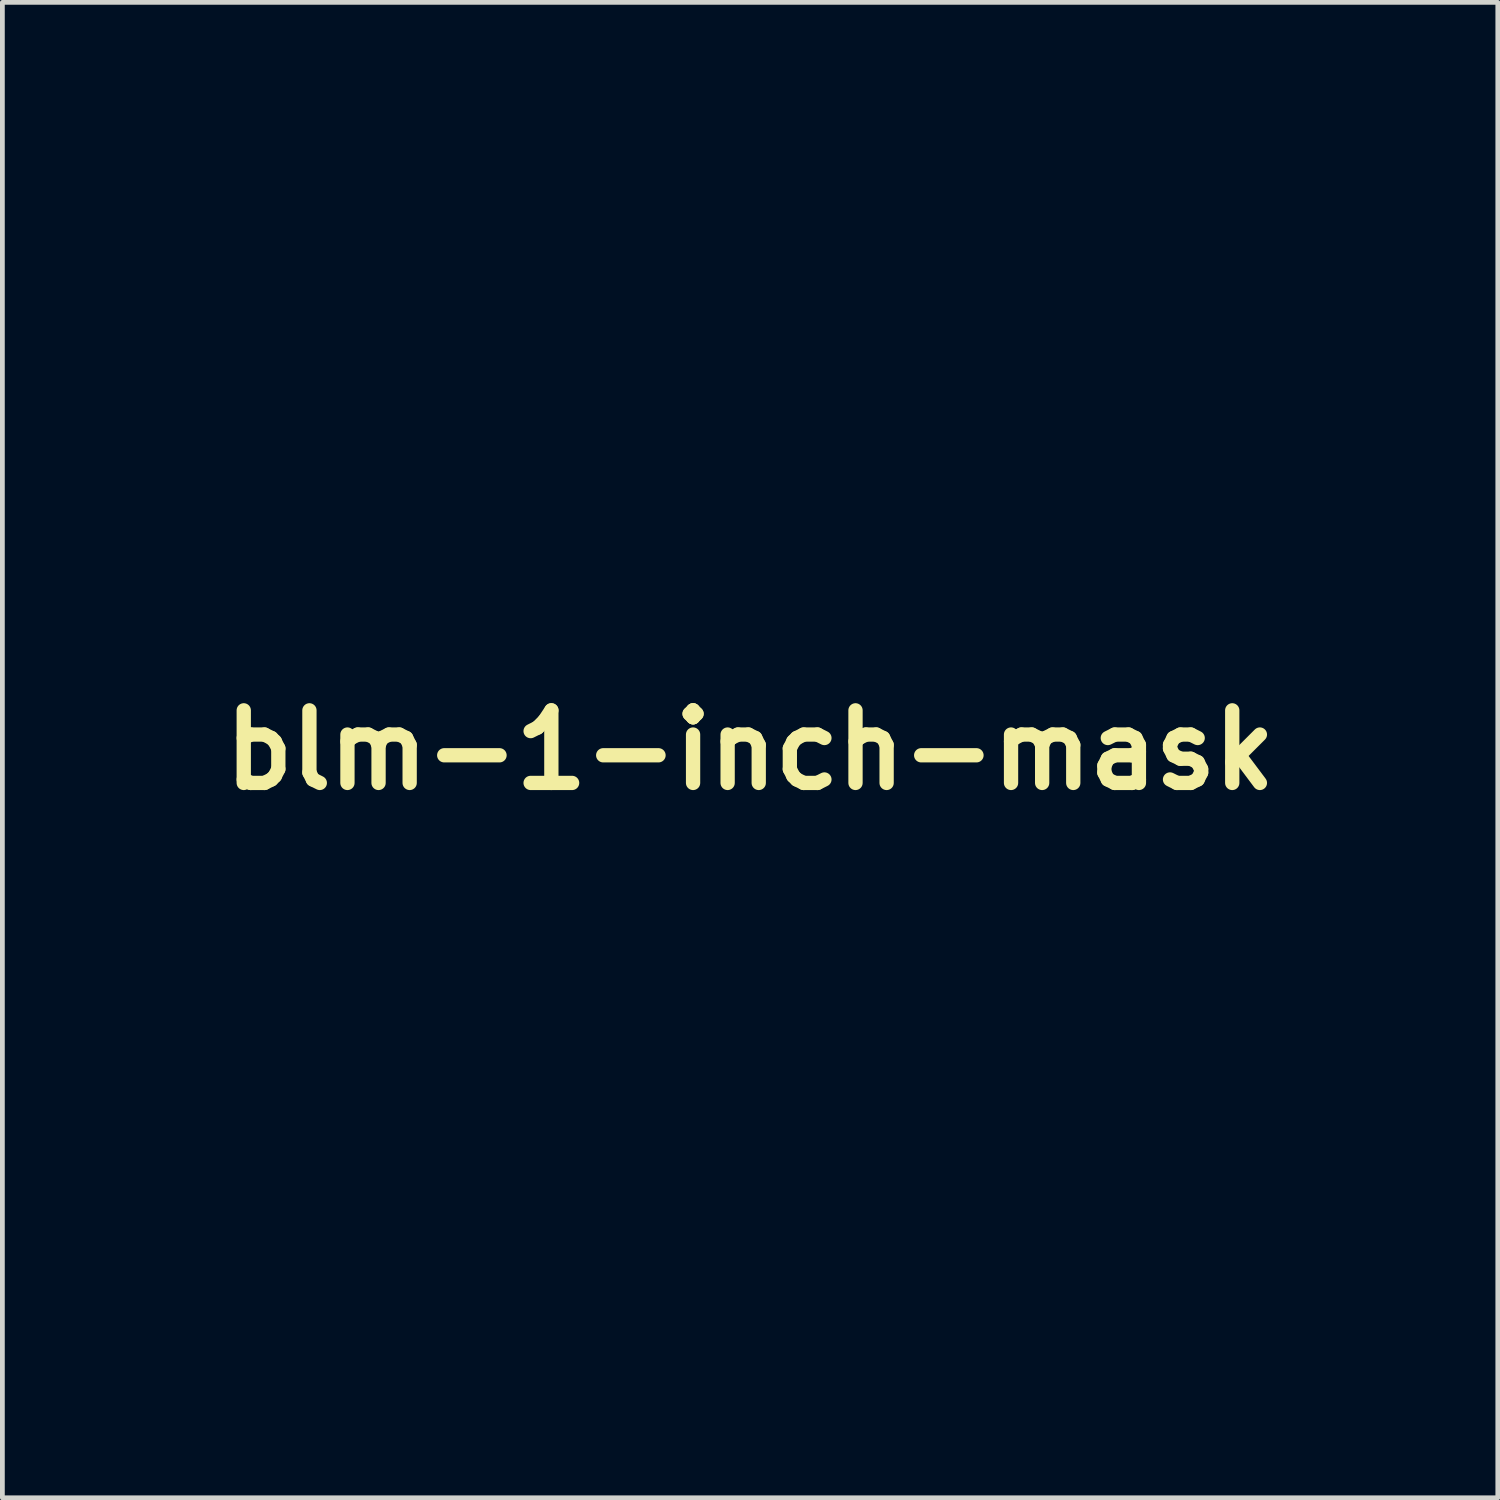
<source format=kicad_pcb>
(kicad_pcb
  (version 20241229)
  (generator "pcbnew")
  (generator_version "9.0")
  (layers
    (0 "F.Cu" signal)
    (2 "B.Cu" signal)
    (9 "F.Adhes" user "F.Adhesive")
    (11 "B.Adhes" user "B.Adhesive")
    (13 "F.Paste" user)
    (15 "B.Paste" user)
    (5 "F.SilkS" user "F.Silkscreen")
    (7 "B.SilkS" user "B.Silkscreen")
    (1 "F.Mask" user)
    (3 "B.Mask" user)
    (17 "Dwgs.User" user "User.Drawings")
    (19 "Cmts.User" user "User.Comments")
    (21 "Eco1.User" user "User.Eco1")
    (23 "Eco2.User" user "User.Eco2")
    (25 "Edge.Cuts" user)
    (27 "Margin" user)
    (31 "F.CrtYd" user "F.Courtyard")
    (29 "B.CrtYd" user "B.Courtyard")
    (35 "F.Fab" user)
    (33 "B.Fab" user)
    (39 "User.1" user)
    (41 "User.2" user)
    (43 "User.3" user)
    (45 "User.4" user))
  (footprint "blm-1-inch-mask"
    (layer "F.Cu")
    (at 12.7 12.7)
    (property "Reference" "blm-1-inch-mask" (at 0 0 0) (layer "F.SilkS") (effects (font (size 1.524 1.524) (thickness 0.3))))
    (attr through_hole)
    (fp_poly (pts (xy -4.575 6.544) (xy -4.566 6.6) (xy -4.553 6.69) (xy -4.535 6.815) (xy -4.514 6.976) (xy -4.489 7.174) (xy -4.46 7.408) (xy -4.427 7.68) (xy -4.39 7.99) (xy -4.348 8.338) (xy -4.307 8.688) (xy -4.293 8.81) (xy -4.282 8.926) (xy -4.273 9.027) (xy -4.268 9.105) (xy -4.266 9.14) (xy -4.266 9.247) (xy -4.907 9.247) (xy -4.896 9.074) (xy -4.892 9.025) (xy -4.883 8.942) (xy -4.871 8.829) (xy -4.856 8.689) (xy -4.838 8.528) (xy -4.818 8.35) (xy -4.796 8.159) (xy -4.774 7.961) (xy -4.75 7.759) (xy -4.727 7.558) (xy -4.704 7.362) (xy -4.682 7.176) (xy -4.661 7.004) (xy -4.642 6.852) (xy -4.626 6.722) (xy -4.622 6.691) (xy -4.61 6.613) (xy -4.598 6.555) (xy -4.586 6.525) (xy -4.581 6.523)) (stroke (width 0) (type solid)) (fill yes) (layer "F.Mask"))
    (fp_poly (pts (xy 7.78 6.35) (xy 7.887 6.354) (xy 7.995 6.361) (xy 8.094 6.37) (xy 8.177 6.38) (xy 8.233 6.391) (xy 8.248 6.396) (xy 8.319 6.447) (xy 8.387 6.518) (xy 8.433 6.586) (xy 8.441 6.621) (xy 8.449 6.689) (xy 8.455 6.785) (xy 8.461 6.902) (xy 8.465 7.034) (xy 8.468 7.174) (xy 8.47 7.316) (xy 8.47 7.454) (xy 8.469 7.582) (xy 8.466 7.694) (xy 8.461 7.783) (xy 8.457 7.827) (xy 8.438 7.932) (xy 8.41 8.01) (xy 8.367 8.071) (xy 8.301 8.126) (xy 8.283 8.139) (xy 8.245 8.163) (xy 8.206 8.179) (xy 8.158 8.189) (xy 8.091 8.195) (xy 7.994 8.199) (xy 7.987 8.199) (xy 7.88 8.201) (xy 7.772 8.202) (xy 7.677 8.201) (xy 7.635 8.2) (xy 7.501 8.194) (xy 7.501 6.371) (xy 7.554 6.357) (xy 7.604 6.351) (xy 7.682 6.349)) (stroke (width 0) (type solid)) (fill yes) (layer "F.Mask"))
    (fp_poly (pts (xy -9.538 -8.086) (xy -9.444 -8.085) (xy -9.377 -8.082) (xy -9.329 -8.076) (xy -9.293 -8.067) (xy -9.263 -8.054) (xy -9.238 -8.04) (xy -9.187 -8.008) (xy -9.147 -7.975) (xy -9.115 -7.937) (xy -9.091 -7.889) (xy -9.074 -7.825) (xy -9.063 -7.743) (xy -9.056 -7.636) (xy -9.052 -7.501) (xy -9.05 -7.332) (xy -9.05 -7.267) (xy -9.05 -7.099) (xy -9.051 -6.966) (xy -9.054 -6.863) (xy -9.06 -6.783) (xy -9.069 -6.723) (xy -9.083 -6.676) (xy -9.102 -6.638) (xy -9.128 -6.604) (xy -9.16 -6.567) (xy -9.164 -6.563) (xy -9.213 -6.522) (xy -9.277 -6.491) (xy -9.36 -6.47) (xy -9.468 -6.456) (xy -9.608 -6.45) (xy -9.706 -6.449) (xy -9.999 -6.449) (xy -10.011 -6.534) (xy -10.013 -6.572) (xy -10.016 -6.646) (xy -10.017 -6.749) (xy -10.018 -6.877) (xy -10.018 -7.024) (xy -10.018 -7.185) (xy -10.017 -7.352) (xy -10.011 -8.086) (xy -9.664 -8.086)) (stroke (width 0) (type solid)) (fill yes) (layer "F.Mask"))
    (fp_poly (pts (xy -9.718 -10.576) (xy -9.605 -10.574) (xy -9.499 -10.571) (xy -9.409 -10.566) (xy -9.345 -10.561) (xy -9.33 -10.558) (xy -9.246 -10.526) (xy -9.166 -10.466) (xy -9.102 -10.391) (xy -9.068 -10.319) (xy -9.062 -10.277) (xy -9.058 -10.202) (xy -9.054 -10.102) (xy -9.051 -9.982) (xy -9.05 -9.851) (xy -9.05 -9.715) (xy -9.051 -9.581) (xy -9.053 -9.456) (xy -9.056 -9.348) (xy -9.061 -9.262) (xy -9.066 -9.206) (xy -9.068 -9.198) (xy -9.104 -9.118) (xy -9.169 -9.044) (xy -9.253 -8.985) (xy -9.335 -8.952) (xy -9.388 -8.944) (xy -9.469 -8.937) (xy -9.571 -8.932) (xy -9.681 -8.93) (xy -9.71 -8.93) (xy -9.822 -8.93) (xy -9.9 -8.931) (xy -9.952 -8.935) (xy -9.982 -8.941) (xy -9.998 -8.951) (xy -10.006 -8.966) (xy -10.009 -8.974) (xy -10.011 -9.004) (xy -10.014 -9.068) (xy -10.016 -9.163) (xy -10.018 -9.284) (xy -10.019 -9.426) (xy -10.02 -9.585) (xy -10.021 -9.757) (xy -10.021 -9.798) (xy -10.021 -10.577)) (stroke (width 0) (type solid)) (fill yes) (layer "F.Mask"))
    (fp_poly (pts (xy -6.514 -0.253) (xy -6.509 2.639) (xy -6.943 2.639) (xy -7.087 2.639) (xy -7.196 2.638) (xy -7.276 2.635) (xy -7.33 2.632) (xy -7.364 2.626) (xy -7.382 2.618) (xy -7.39 2.608) (xy -7.392 2.583) (xy -7.394 2.521) (xy -7.395 2.426) (xy -7.397 2.298) (xy -7.398 2.143) (xy -7.399 1.961) (xy -7.4 1.756) (xy -7.401 1.531) (xy -7.401 1.288) (xy -7.402 1.029) (xy -7.402 0.759) (xy -7.402 0.479) (xy -7.402 0.192) (xy -7.402 -0.1) (xy -7.401 -0.392) (xy -7.401 -0.683) (xy -7.4 -0.971) (xy -7.399 -1.251) (xy -7.398 -1.522) (xy -7.397 -1.781) (xy -7.396 -2.025) (xy -7.395 -2.252) (xy -7.393 -2.458) (xy -7.392 -2.641) (xy -7.39 -2.798) (xy -7.388 -2.927) (xy -7.387 -3.024) (xy -7.385 -3.088) (xy -7.383 -3.115) (xy -7.382 -3.115) (xy -7.37 -3.126) (xy -7.346 -3.133) (xy -7.303 -3.139) (xy -7.239 -3.142) (xy -7.147 -3.144) (xy -7.022 -3.145) (xy -6.941 -3.145) (xy -6.519 -3.145)) (stroke (width 0) (type solid)) (fill yes) (layer "F.Mask"))
    (fp_poly (pts (xy -0.953 -2.302) (xy -2.262 -2.302) (xy -2.262 -0.675) (xy -1.171 -0.675) (xy -1.171 0.179) (xy -2.286 0.179) (xy -2.279 0.971) (xy -2.277 1.144) (xy -2.275 1.306) (xy -2.272 1.451) (xy -2.268 1.574) (xy -2.264 1.673) (xy -2.261 1.741) (xy -2.257 1.776) (xy -2.256 1.779) (xy -2.232 1.784) (xy -2.174 1.788) (xy -2.086 1.793) (xy -1.974 1.797) (xy -1.84 1.801) (xy -1.692 1.804) (xy -1.611 1.806) (xy -0.982 1.816) (xy -0.977 2.227) (xy -0.972 2.639) (xy -2.052 2.639) (xy -2.256 2.639) (xy -2.447 2.638) (xy -2.622 2.637) (xy -2.778 2.635) (xy -2.911 2.633) (xy -3.017 2.631) (xy -3.093 2.629) (xy -3.135 2.626) (xy -3.142 2.624) (xy -3.143 2.603) (xy -3.144 2.544) (xy -3.146 2.45) (xy -3.147 2.324) (xy -3.149 2.166) (xy -3.151 1.979) (xy -3.153 1.767) (xy -3.155 1.53) (xy -3.157 1.271) (xy -3.158 0.993) (xy -3.16 0.697) (xy -3.162 0.386) (xy -3.164 0.062) (xy -3.166 -0.263) (xy -3.18 -3.135) (xy -0.953 -3.135)) (stroke (width 0) (type solid)) (fill yes) (layer "F.Mask"))
    (fp_poly (pts (xy -3.395 -10.426) (xy -3.388 -10.401) (xy -3.38 -10.359) (xy -3.37 -10.297) (xy -3.358 -10.213) (xy -3.344 -10.106) (xy -3.327 -9.973) (xy -3.307 -9.812) (xy -3.284 -9.621) (xy -3.258 -9.399) (xy -3.228 -9.142) (xy -3.194 -8.848) (xy -3.175 -8.686) (xy -3.154 -8.504) (xy -3.134 -8.333) (xy -3.117 -8.176) (xy -3.102 -8.038) (xy -3.09 -7.924) (xy -3.081 -7.838) (xy -3.077 -7.785) (xy -3.076 -7.77) (xy -3.081 -7.724) (xy -3.103 -7.701) (xy -3.138 -7.692) (xy -3.189 -7.686) (xy -3.264 -7.682) (xy -3.354 -7.68) (xy -3.449 -7.68) (xy -3.542 -7.682) (xy -3.624 -7.685) (xy -3.685 -7.691) (xy -3.718 -7.697) (xy -3.721 -7.7) (xy -3.724 -7.727) (xy -3.723 -7.784) (xy -3.717 -7.86) (xy -3.712 -7.903) (xy -3.691 -8.085) (xy -3.668 -8.28) (xy -3.644 -8.486) (xy -3.619 -8.699) (xy -3.594 -8.914) (xy -3.569 -9.127) (xy -3.544 -9.336) (xy -3.521 -9.536) (xy -3.499 -9.723) (xy -3.478 -9.894) (xy -3.46 -10.044) (xy -3.445 -10.17) (xy -3.433 -10.268) (xy -3.425 -10.334) (xy -3.421 -10.365) (xy -3.416 -10.395) (xy -3.411 -10.418) (xy -3.406 -10.433) (xy -3.401 -10.436)) (stroke (width 0) (type solid)) (fill yes) (layer "F.Mask"))
    (fp_poly (pts (xy -9.165 -2.872) (xy -9.164 -2.817) (xy -9.164 -2.725) (xy -9.163 -2.599) (xy -9.162 -2.443) (xy -9.161 -2.258) (xy -9.159 -2.048) (xy -9.158 -1.817) (xy -9.157 -1.566) (xy -9.155 -1.299) (xy -9.153 -1.019) (xy -9.152 -0.728) (xy -9.15 -0.43) (xy -9.15 -0.407) (xy -9.138 1.796) (xy -8.493 1.808) (xy -8.337 1.81) (xy -8.195 1.813) (xy -8.07 1.816) (xy -7.968 1.818) (xy -7.894 1.82) (xy -7.851 1.822) (xy -7.843 1.822) (xy -7.842 1.842) (xy -7.84 1.896) (xy -7.839 1.977) (xy -7.839 2.08) (xy -7.838 2.198) (xy -7.838 2.22) (xy -7.838 2.614) (xy -7.96 2.626) (xy -8.005 2.629) (xy -8.084 2.631) (xy -8.194 2.634) (xy -8.331 2.635) (xy -8.489 2.637) (xy -8.665 2.638) (xy -8.853 2.639) (xy -9.049 2.639) (xy -10.016 2.639) (xy -10.028 2.595) (xy -10.03 2.569) (xy -10.032 2.506) (xy -10.033 2.41) (xy -10.034 2.282) (xy -10.035 2.125) (xy -10.036 1.942) (xy -10.037 1.736) (xy -10.038 1.51) (xy -10.039 1.266) (xy -10.039 1.007) (xy -10.04 0.737) (xy -10.04 0.456) (xy -10.04 0.169) (xy -10.04 -0.122) (xy -10.04 -0.413) (xy -10.04 -0.704) (xy -10.04 -0.99) (xy -10.04 -1.268) (xy -10.039 -1.537) (xy -10.039 -1.793) (xy -10.038 -2.034) (xy -10.037 -2.257) (xy -10.036 -2.458) (xy -10.035 -2.636) (xy -10.034 -2.788) (xy -10.033 -2.91) (xy -10.031 -3) (xy -10.03 -3.056) (xy -10.029 -3.073) (xy -10.016 -3.135) (xy -9.168 -3.135)) (stroke (width 0) (type solid)) (fill yes) (layer "F.Mask"))
    (fp_poly (pts (xy -3.795 -3.147) (xy -3.67 -3.142) (xy -3.56 -3.136) (xy -3.469 -3.13) (xy -3.404 -3.124) (xy -3.371 -3.119) (xy -3.368 -3.118) (xy -3.365 -3.114) (xy -3.363 -3.109) (xy -3.361 -3.1) (xy -3.361 -3.084) (xy -3.362 -3.061) (xy -3.364 -3.028) (xy -3.368 -2.983) (xy -3.374 -2.924) (xy -3.382 -2.848) (xy -3.392 -2.755) (xy -3.405 -2.642) (xy -3.421 -2.507) (xy -3.44 -2.348) (xy -3.462 -2.163) (xy -3.488 -1.95) (xy -3.517 -1.707) (xy -3.551 -1.432) (xy -3.588 -1.123) (xy -3.63 -0.778) (xy -3.663 -0.506) (xy -3.7 -0.204) (xy -3.736 0.094) (xy -3.772 0.385) (xy -3.806 0.665) (xy -3.839 0.932) (xy -3.869 1.183) (xy -3.897 1.413) (xy -3.922 1.62) (xy -3.944 1.8) (xy -3.963 1.951) (xy -3.977 2.068) (xy -3.987 2.15) (xy -3.987 2.15) (xy -4.008 2.314) (xy -4.026 2.44) (xy -4.041 2.532) (xy -4.055 2.591) (xy -4.067 2.619) (xy -4.07 2.621) (xy -4.097 2.626) (xy -4.157 2.63) (xy -4.246 2.633) (xy -4.358 2.636) (xy -4.486 2.638) (xy -4.627 2.639) (xy -4.775 2.639) (xy -4.923 2.639) (xy -5.068 2.638) (xy -5.203 2.636) (xy -5.323 2.633) (xy -5.422 2.63) (xy -5.496 2.626) (xy -5.538 2.622) (xy -5.547 2.619) (xy -5.551 2.608) (xy -5.557 2.588) (xy -5.563 2.556) (xy -5.571 2.511) (xy -5.58 2.451) (xy -5.592 2.373) (xy -5.605 2.275) (xy -5.621 2.156) (xy -5.639 2.014) (xy -5.661 1.846) (xy -5.686 1.65) (xy -5.714 1.424) (xy -5.746 1.166) (xy -5.782 0.875) (xy -5.822 0.548) (xy -5.854 0.288) (xy -5.906 -0.138) (xy -5.954 -0.525) (xy -5.997 -0.877) (xy -6.036 -1.195) (xy -6.071 -1.48) (xy -6.102 -1.735) (xy -6.129 -1.961) (xy -6.153 -2.159) (xy -6.174 -2.333) (xy -6.192 -2.482) (xy -6.207 -2.61) (xy -6.219 -2.718) (xy -6.229 -2.807) (xy -6.237 -2.879) (xy -6.243 -2.937) (xy -6.247 -2.982) (xy -6.249 -3.015) (xy -6.251 -3.038) (xy -6.251 -3.048) (xy -6.248 -3.101) (xy -6.234 -3.128) (xy -6.2 -3.14) (xy -6.189 -3.143) (xy -6.14 -3.148) (xy -6.062 -3.151) (xy -5.962 -3.153) (xy -5.851 -3.153) (xy -5.739 -3.151) (xy -5.633 -3.148) (xy -5.545 -3.144) (xy -5.487 -3.139) (xy -5.428 -3.129) (xy -5.397 -3.113) (xy -5.381 -3.084) (xy -5.373 -3.056) (xy -5.369 -3.026) (xy -5.36 -2.959) (xy -5.347 -2.86) (xy -5.331 -2.73) (xy -5.312 -2.573) (xy -5.29 -2.392) (xy -5.266 -2.19) (xy -5.24 -1.97) (xy -5.212 -1.735) (xy -5.183 -1.489) (xy -5.169 -1.369) (xy -5.123 -0.975) (xy -5.082 -0.618) (xy -5.044 -0.297) (xy -5.011 -0.009) (xy -4.981 0.246) (xy -4.954 0.472) (xy -4.931 0.669) (xy -4.911 0.841) (xy -4.893 0.988) (xy -4.878 1.112) (xy -4.866 1.216) (xy -4.855 1.301) (xy -4.846 1.37) (xy -4.839 1.424) (xy -4.834 1.465) (xy -4.829 1.494) (xy -4.825 1.515) (xy -4.822 1.528) (xy -4.819 1.535) (xy -4.817 1.54) (xy -4.815 1.542) (xy -4.813 1.543) (xy -4.795 1.547) (xy -4.794 1.546) (xy -4.791 1.526) (xy -4.783 1.468) (xy -4.771 1.377) (xy -4.756 1.253) (xy -4.737 1.099) (xy -4.715 0.919) (xy -4.691 0.713) (xy -4.664 0.486) (xy -4.634 0.238) (xy -4.603 -0.026) (xy -4.57 -0.306) (xy -4.535 -0.597) (xy -4.516 -0.757) (xy -4.481 -1.056) (xy -4.447 -1.344) (xy -4.414 -1.619) (xy -4.383 -1.879) (xy -4.354 -2.12) (xy -4.327 -2.342) (xy -4.302 -2.54) (xy -4.28 -2.713) (xy -4.262 -2.858) (xy -4.247 -2.972) (xy -4.235 -3.053) (xy -4.228 -3.098) (xy -4.226 -3.107) (xy -4.206 -3.161)) (stroke (width 0) (type solid)) (fill yes) (layer "F.Mask"))
    (fp_poly (pts (xy 0.923 -3.138) (xy 1.094 -3.125) (xy 1.248 -3.103) (xy 1.331 -3.085) (xy 1.522 -3.018) (xy 1.693 -2.92) (xy 1.838 -2.795) (xy 1.954 -2.647) (xy 1.99 -2.584) (xy 2.033 -2.497) (xy 2.065 -2.417) (xy 2.087 -2.336) (xy 2.103 -2.243) (xy 2.113 -2.129) (xy 2.121 -1.991) (xy 2.133 -1.709) (xy 2.076 -1.698) (xy 2.038 -1.694) (xy 1.968 -1.691) (xy 1.874 -1.689) (xy 1.763 -1.687) (xy 1.666 -1.687) (xy 1.532 -1.687) (xy 1.433 -1.69) (xy 1.363 -1.694) (xy 1.318 -1.7) (xy 1.292 -1.709) (xy 1.284 -1.715) (xy 1.268 -1.75) (xy 1.253 -1.813) (xy 1.244 -1.887) (xy 1.221 -2.027) (xy 1.178 -2.135) (xy 1.112 -2.216) (xy 1.051 -2.257) (xy 1.003 -2.28) (xy 0.958 -2.294) (xy 0.902 -2.3) (xy 0.824 -2.3) (xy 0.781 -2.298) (xy 0.692 -2.294) (xy 0.633 -2.288) (xy 0.59 -2.275) (xy 0.554 -2.255) (xy 0.525 -2.232) (xy 0.473 -2.187) (xy 0.435 -2.144) (xy 0.408 -2.096) (xy 0.391 -2.035) (xy 0.382 -1.956) (xy 0.38 -1.851) (xy 0.381 -1.714) (xy 0.381 -1.707) (xy 0.383 -1.585) (xy 0.387 -1.495) (xy 0.391 -1.429) (xy 0.399 -1.378) (xy 0.412 -1.334) (xy 0.429 -1.291) (xy 0.451 -1.245) (xy 0.506 -1.138) (xy 0.569 -1.039) (xy 0.645 -0.942) (xy 0.737 -0.844) (xy 0.849 -0.74) (xy 0.986 -0.626) (xy 1.151 -0.498) (xy 1.22 -0.447) (xy 1.42 -0.292) (xy 1.586 -0.146) (xy 1.725 -0.004) (xy 1.84 0.14) (xy 1.936 0.29) (xy 2.018 0.452) (xy 2.049 0.526) (xy 2.113 0.685) (xy 2.119 1.186) (xy 2.121 1.353) (xy 2.121 1.485) (xy 2.119 1.589) (xy 2.115 1.67) (xy 2.109 1.734) (xy 2.1 1.786) (xy 2.094 1.811) (xy 2.026 2.009) (xy 1.928 2.181) (xy 1.8 2.327) (xy 1.642 2.447) (xy 1.454 2.54) (xy 1.3 2.591) (xy 1.215 2.607) (xy 1.101 2.62) (xy 0.969 2.628) (xy 0.827 2.632) (xy 0.688 2.632) (xy 0.561 2.627) (xy 0.456 2.616) (xy 0.424 2.611) (xy 0.259 2.574) (xy 0.123 2.528) (xy 0.005 2.469) (xy -0.105 2.392) (xy -0.188 2.319) (xy -0.316 2.174) (xy -0.413 2.008) (xy -0.477 1.828) (xy -0.496 1.726) (xy -0.507 1.627) (xy -0.515 1.523) (xy -0.52 1.423) (xy -0.521 1.334) (xy -0.519 1.265) (xy -0.513 1.224) (xy -0.509 1.217) (xy -0.484 1.211) (xy -0.426 1.205) (xy -0.344 1.201) (xy -0.244 1.197) (xy -0.133 1.194) (xy -0.019 1.193) (xy 0.091 1.193) (xy 0.189 1.194) (xy 0.268 1.197) (xy 0.321 1.201) (xy 0.341 1.206) (xy 0.351 1.234) (xy 0.363 1.29) (xy 0.373 1.365) (xy 0.375 1.392) (xy 0.392 1.513) (xy 0.419 1.604) (xy 0.459 1.672) (xy 0.517 1.726) (xy 0.531 1.736) (xy 0.568 1.759) (xy 0.606 1.774) (xy 0.654 1.782) (xy 0.722 1.785) (xy 0.805 1.786) (xy 0.898 1.785) (xy 0.961 1.782) (xy 1.006 1.773) (xy 1.042 1.758) (xy 1.079 1.733) (xy 1.085 1.729) (xy 1.134 1.69) (xy 1.171 1.649) (xy 1.197 1.601) (xy 1.214 1.538) (xy 1.224 1.456) (xy 1.229 1.346) (xy 1.23 1.203) (xy 1.23 0.872) (xy 1.162 0.739) (xy 1.096 0.621) (xy 1.018 0.509) (xy 0.925 0.399) (xy 0.812 0.286) (xy 0.674 0.165) (xy 0.508 0.033) (xy 0.417 -0.036) (xy 0.311 -0.116) (xy 0.208 -0.197) (xy 0.114 -0.272) (xy 0.038 -0.336) (xy -0.007 -0.376) (xy -0.173 -0.558) (xy -0.311 -0.767) (xy -0.422 -1.003) (xy -0.467 -1.131) (xy -0.521 -1.296) (xy -0.511 -1.794) (xy -0.508 -1.949) (xy -0.505 -2.071) (xy -0.501 -2.164) (xy -0.496 -2.236) (xy -0.489 -2.291) (xy -0.48 -2.337) (xy -0.469 -2.378) (xy -0.454 -2.421) (xy -0.452 -2.424) (xy -0.365 -2.611) (xy -0.254 -2.768) (xy -0.117 -2.896) (xy 0.048 -2.997) (xy 0.24 -3.071) (xy 0.461 -3.119) (xy 0.587 -3.134) (xy 0.749 -3.141)) (stroke (width 0) (type solid)) (fill yes) (layer "F.Mask"))
    (fp_poly (pts (xy 12.7 12.7) (xy -12.7 12.7) (xy -12.7 11.292) (xy -6.173 11.292) (xy -5.691 11.286) (xy -5.209 11.281) (xy -5.106 10.696) (xy -5.08 10.548) (xy -5.056 10.413) (xy -5.036 10.296) (xy -5.019 10.201) (xy -5.008 10.134) (xy -5.002 10.099) (xy -5.002 10.096) (xy -4.981 10.087) (xy -4.922 10.083) (xy -4.826 10.081) (xy -4.692 10.084) (xy -4.522 10.09) (xy -4.435 10.094) (xy -4.156 10.106) (xy -4.071 10.664) (xy -4.048 10.809) (xy -4.027 10.943) (xy -4.009 11.06) (xy -3.993 11.154) (xy -3.982 11.221) (xy -3.976 11.255) (xy -3.976 11.256) (xy -3.97 11.267) (xy -3.956 11.276) (xy -3.93 11.282) (xy -3.887 11.286) (xy -3.822 11.289) (xy -3.731 11.29) (xy -3.608 11.291) (xy -3.481 11.291) (xy -3.323 11.291) (xy -3.201 11.289) (xy -3.111 11.287) (xy -3.05 11.283) (xy -3.013 11.277) (xy -2.998 11.269) (xy -2.996 11.266) (xy -2.999 11.24) (xy -3.007 11.181) (xy -3.018 11.093) (xy -3.033 10.983) (xy -3.051 10.856) (xy -3.066 10.745) (xy -3.083 10.621) (xy -3.105 10.464) (xy -3.13 10.281) (xy -3.157 10.079) (xy -3.186 9.864) (xy -3.216 9.644) (xy -3.245 9.424) (xy -3.265 9.267) (xy -3.297 9.031) (xy -3.331 8.772) (xy -3.367 8.5) (xy -3.403 8.224) (xy -3.439 7.954) (xy -3.472 7.7) (xy -3.503 7.472) (xy -3.512 7.402) (xy -3.539 7.199) (xy -3.566 6.992) (xy -3.592 6.787) (xy -3.617 6.591) (xy -3.64 6.412) (xy -3.66 6.255) (xy -3.676 6.128) (xy -3.68 6.092) (xy -3.696 5.962) (xy -3.711 5.842) (xy -3.724 5.739) (xy -3.734 5.659) (xy -3.741 5.609) (xy -3.742 5.601) (xy -3.752 5.536) (xy -2.699 5.536) (xy -2.699 6.349) (xy -2.277 6.355) (xy -1.855 6.36) (xy -1.85 8.826) (xy -1.845 11.291) (xy -0.899 11.291) (xy -0.886 9.996) (xy -0.884 9.726) (xy -0.881 9.43) (xy -0.879 9.118) (xy -0.877 8.798) (xy -0.876 8.48) (xy -0.874 8.171) (xy -0.874 7.88) (xy -0.873 7.618) (xy -0.873 7.526) (xy -0.873 6.35) (xy -0.02 6.35) (xy -0.02 5.536) (xy 0.476 5.536) (xy 0.476 6.349) (xy 0.908 6.355) (xy 1.339 6.36) (xy 1.344 8.826) (xy 1.35 11.291) (xy 2.297 11.291) (xy 2.311 8.835) (xy 2.313 8.526) (xy 2.315 8.228) (xy 2.317 7.944) (xy 2.319 7.675) (xy 2.321 7.425) (xy 2.323 7.195) (xy 2.325 6.988) (xy 2.327 6.806) (xy 2.329 6.653) (xy 2.331 6.529) (xy 2.332 6.439) (xy 2.334 6.383) (xy 2.335 6.365) (xy 2.357 6.36) (xy 2.412 6.356) (xy 2.495 6.353) (xy 2.599 6.351) (xy 2.719 6.35) (xy 2.75 6.35) (xy 3.155 6.35) (xy 3.155 5.536) (xy 3.651 5.536) (xy 3.651 11.291) (xy 6.052 11.291) (xy 6.548 11.291) (xy 7.501 11.291) (xy 7.501 9.045) (xy 7.823 9.052) (xy 7.975 9.058) (xy 8.093 9.068) (xy 8.184 9.084) (xy 8.255 9.107) (xy 8.312 9.14) (xy 8.361 9.183) (xy 8.37 9.192) (xy 8.388 9.215) (xy 8.403 9.244) (xy 8.416 9.283) (xy 8.426 9.335) (xy 8.435 9.403) (xy 8.443 9.491) (xy 8.449 9.601) (xy 8.454 9.737) (xy 8.458 9.902) (xy 8.462 10.1) (xy 8.466 10.333) (xy 8.467 10.393) (xy 8.48 11.291) (xy 9.408 11.291) (xy 9.396 9.217) (xy 9.341 9.105) (xy 9.278 9.006) (xy 9.19 8.906) (xy 9.086 8.812) (xy 8.977 8.735) (xy 8.874 8.683) (xy 8.86 8.678) (xy 8.819 8.657) (xy 8.801 8.633) (xy 8.801 8.633) (xy 8.804 8.615) (xy 8.82 8.599) (xy 8.854 8.578) (xy 8.915 8.549) (xy 8.957 8.53) (xy 9.059 8.47) (xy 9.163 8.384) (xy 9.257 8.285) (xy 9.328 8.184) (xy 9.341 8.159) (xy 9.396 8.047) (xy 9.402 7.305) (xy 9.404 7.086) (xy 9.404 6.902) (xy 9.403 6.749) (xy 9.399 6.623) (xy 9.393 6.519) (xy 9.383 6.433) (xy 9.37 6.36) (xy 9.354 6.296) (xy 9.333 6.236) (xy 9.307 6.177) (xy 9.284 6.132) (xy 9.181 5.968) (xy 9.046 5.829) (xy 8.88 5.714) (xy 8.683 5.624) (xy 8.592 5.594) (xy 8.556 5.584) (xy 8.521 5.575) (xy 8.483 5.568) (xy 8.438 5.562) (xy 8.382 5.557) (xy 8.311 5.554) (xy 8.222 5.551) (xy 8.11 5.548) (xy 7.972 5.546) (xy 7.804 5.544) (xy 7.601 5.542) (xy 7.496 5.541) (xy 6.548 5.533) (xy 6.548 11.291) (xy 6.052 11.291) (xy 6.052 10.5) (xy 5.35 10.494) (xy 5.186 10.492) (xy 5.035 10.489) (xy 4.901 10.486) (xy 4.789 10.482) (xy 4.704 10.479) (xy 4.649 10.474) (xy 4.63 10.471) (xy 4.627 10.448) (xy 4.623 10.39) (xy 4.62 10.301) (xy 4.618 10.184) (xy 4.616 10.046) (xy 4.614 9.889) (xy 4.614 9.717) (xy 4.614 9.647) (xy 4.614 8.84) (xy 5.214 8.835) (xy 5.814 8.83) (xy 5.814 7.997) (xy 4.628 7.997) (xy 4.613 7.711) (xy 4.61 7.609) (xy 4.608 7.477) (xy 4.608 7.324) (xy 4.61 7.161) (xy 4.613 6.996) (xy 4.616 6.892) (xy 4.634 6.36) (xy 5.343 6.355) (xy 6.052 6.349) (xy 6.052 5.536) (xy 3.651 5.536) (xy 3.155 5.536) (xy 0.476 5.536) (xy -0.02 5.536) (xy -2.699 5.536) (xy -3.752 5.536) (xy -5.415 5.536) (xy -5.427 5.621) (xy -5.431 5.656) (xy -5.441 5.727) (xy -5.454 5.829) (xy -5.471 5.959) (xy -5.491 6.112) (xy -5.513 6.285) (xy -5.537 6.474) (xy -5.563 6.674) (xy -5.576 6.777) (xy -5.61 7.039) (xy -5.64 7.266) (xy -5.665 7.46) (xy -5.686 7.625) (xy -5.704 7.764) (xy -5.719 7.88) (xy -5.732 7.976) (xy -5.743 8.057) (xy -5.752 8.125) (xy -5.76 8.183) (xy -5.767 8.236) (xy -5.774 8.285) (xy -5.776 8.295) (xy -5.782 8.343) (xy -5.794 8.426) (xy -5.808 8.538) (xy -5.826 8.674) (xy -5.846 8.827) (xy -5.868 8.995) (xy -5.891 9.17) (xy -5.893 9.188) (xy -5.916 9.364) (xy -5.938 9.534) (xy -5.959 9.692) (xy -5.977 9.833) (xy -5.993 9.951) (xy -6.005 10.041) (xy -6.012 10.098) (xy -6.013 10.1) (xy -6.021 10.164) (xy -6.034 10.259) (xy -6.049 10.378) (xy -6.067 10.511) (xy -6.085 10.651) (xy -6.092 10.706) (xy -6.11 10.84) (xy -6.126 10.964) (xy -6.141 11.072) (xy -6.152 11.157) (xy -6.16 11.212) (xy -6.162 11.227) (xy -6.173 11.292) (xy -12.7 11.292) (xy -12.7 11.291) (xy -10.974 11.291) (xy -10.021 11.291) (xy -10.016 9.374) (xy -10.011 7.456) (xy -9.618 9.339) (xy -9.562 9.607) (xy -9.508 9.864) (xy -9.457 10.107) (xy -9.409 10.335) (xy -9.365 10.544) (xy -9.326 10.731) (xy -9.292 10.894) (xy -9.263 11.031) (xy -9.24 11.137) (xy -9.224 11.212) (xy -9.216 11.251) (xy -9.215 11.256) (xy -9.209 11.267) (xy -9.195 11.276) (xy -9.169 11.282) (xy -9.126 11.286) (xy -9.061 11.289) (xy -8.969 11.29) (xy -8.846 11.291) (xy -8.721 11.291) (xy -8.57 11.291) (xy -8.453 11.29) (xy -8.367 11.288) (xy -8.307 11.285) (xy -8.267 11.281) (xy -8.244 11.274) (xy -8.232 11.265) (xy -8.227 11.256) (xy -8.222 11.232) (xy -8.208 11.172) (xy -8.187 11.079) (xy -8.16 10.955) (xy -8.126 10.804) (xy -8.087 10.627) (xy -8.043 10.428) (xy -7.995 10.21) (xy -7.943 9.974) (xy -7.888 9.725) (xy -7.831 9.465) (xy -7.818 9.406) (xy -7.76 9.143) (xy -7.705 8.89) (xy -7.652 8.65) (xy -7.602 8.425) (xy -7.557 8.22) (xy -7.516 8.036) (xy -7.48 7.876) (xy -7.451 7.742) (xy -7.427 7.639) (xy -7.411 7.569) (xy -7.403 7.533) (xy -7.402 7.531) (xy -7.4 7.541) (xy -7.397 7.589) (xy -7.395 7.672) (xy -7.393 7.787) (xy -7.391 7.934) (xy -7.389 8.108) (xy -7.387 8.309) (xy -7.386 8.533) (xy -7.385 8.778) (xy -7.384 9.043) (xy -7.384 9.324) (xy -7.384 9.381) (xy -7.382 11.291) (xy -6.41 11.291) (xy -6.41 5.51) (xy -7.128 5.525) (xy -7.293 5.528) (xy -7.444 5.531) (xy -7.578 5.534) (xy -7.69 5.537) (xy -7.776 5.54) (xy -7.83 5.541) (xy -7.85 5.543) (xy -7.854 5.562) (xy -7.867 5.618) (xy -7.887 5.707) (xy -7.914 5.827) (xy -7.947 5.975) (xy -7.985 6.149) (xy -8.029 6.345) (xy -8.077 6.562) (xy -8.13 6.797) (xy -8.185 7.047) (xy -8.243 7.309) (xy -8.273 7.441) (xy -8.346 7.772) (xy -8.411 8.065) (xy -8.469 8.323) (xy -8.519 8.548) (xy -8.563 8.742) (xy -8.601 8.907) (xy -8.632 9.045) (xy -8.659 9.157) (xy -8.68 9.245) (xy -8.697 9.312) (xy -8.71 9.359) (xy -8.719 9.389) (xy -8.725 9.402) (xy -8.729 9.401) (xy -8.73 9.394) (xy -8.734 9.371) (xy -8.746 9.313) (xy -8.764 9.223) (xy -8.788 9.103) (xy -8.817 8.957) (xy -8.852 8.788) (xy -8.89 8.6) (xy -8.932 8.396) (xy -8.976 8.179) (xy -9.022 7.952) (xy -9.07 7.718) (xy -9.119 7.481) (xy -9.167 7.244) (xy -9.215 7.01) (xy -9.262 6.782) (xy -9.307 6.564) (xy -9.349 6.358) (xy -9.388 6.169) (xy -9.423 5.999) (xy -9.454 5.852) (xy -9.479 5.73) (xy -9.499 5.637) (xy -9.512 5.576) (xy -9.517 5.551) (xy -9.517 5.551) (xy -9.522 5.542) (xy -9.533 5.535) (xy -9.554 5.529) (xy -9.59 5.525) (xy -9.643 5.522) (xy -9.717 5.52) (xy -9.817 5.519) (xy -9.946 5.519) (xy -10.109 5.52) (xy -10.246 5.521) (xy -10.964 5.526) (xy -10.969 8.409) (xy -10.974 11.291) (xy -12.7 11.291) (xy -12.7 0.258) (xy -11.023 0.258) (xy -11.023 0.577) (xy -11.023 0.891) (xy -11.022 1.199) (xy -11.022 1.497) (xy -11.021 1.782) (xy -11.02 2.054) (xy -11.019 2.308) (xy -11.018 2.542) (xy -11.017 2.754) (xy -11.016 2.941) (xy -11.014 3.102) (xy -11.013 3.232) (xy -11.011 3.33) (xy -11.009 3.393) (xy -11.007 3.418) (xy -10.992 3.493) (xy 2.738 3.493) (xy 2.738 -3.631) (xy -10.99 -3.631) (xy -11.006 -3.398) (xy -11.008 -3.351) (xy -11.01 -3.267) (xy -11.012 -3.151) (xy -11.014 -3.003) (xy -11.015 -2.827) (xy -11.016 -2.625) (xy -11.018 -2.4) (xy -11.019 -2.154) (xy -11.02 -1.89) (xy -11.021 -1.61) (xy -11.021 -1.317) (xy -11.022 -1.013) (xy -11.022 -0.701) (xy -11.023 -0.384) (xy -11.023 -0.063) (xy -11.023 0.258) (xy -12.7 0.258) (xy -12.7 -5.632) (xy -10.974 -5.632) (xy -10.667 -5.635) (xy -5.002 -5.635) (xy -4.51 -5.64) (xy -4.019 -5.646) (xy -4.002 -5.755) (xy -3.995 -5.805) (xy -3.982 -5.887) (xy -3.965 -5.995) (xy -3.945 -6.122) (xy -3.923 -6.259) (xy -3.908 -6.354) (xy -3.887 -6.488) (xy -3.867 -6.61) (xy -3.851 -6.713) (xy -3.839 -6.791) (xy -3.832 -6.84) (xy -3.83 -6.855) (xy -3.811 -6.858) (xy -3.758 -6.861) (xy -3.677 -6.863) (xy -3.574 -6.865) (xy -3.453 -6.866) (xy -3.405 -6.866) (xy -2.98 -6.866) (xy -2.968 -6.811) (xy -2.962 -6.777) (xy -2.951 -6.71) (xy -2.935 -6.615) (xy -2.917 -6.499) (xy -2.896 -6.368) (xy -2.877 -6.251) (xy -2.855 -6.111) (xy -2.834 -5.982) (xy -2.816 -5.869) (xy -2.802 -5.779) (xy -2.791 -5.717) (xy -2.786 -5.691) (xy -2.778 -5.663) (xy -2.762 -5.646) (xy -2.729 -5.637) (xy -2.67 -5.632) (xy -2.633 -5.63) (xy -2.563 -5.628) (xy -2.464 -5.625) (xy -2.347 -5.623) (xy -2.222 -5.621) (xy -2.158 -5.62) (xy -1.826 -5.616) (xy -1.826 -5.662) (xy -1.828 -5.689) (xy -1.835 -5.751) (xy -1.847 -5.845) (xy -1.862 -5.968) (xy -1.88 -6.116) (xy -1.902 -6.286) (xy -1.925 -6.473) (xy -1.951 -6.675) (xy -1.978 -6.888) (xy -2.006 -7.108) (xy -2.035 -7.331) (xy -2.064 -7.555) (xy -2.092 -7.775) (xy -2.12 -7.988) (xy -2.147 -8.19) (xy -2.171 -8.379) (xy -2.194 -8.549) (xy -2.214 -8.698) (xy -2.214 -8.701) (xy -2.227 -8.793) (xy -2.243 -8.918) (xy -2.264 -9.073) (xy -2.288 -9.252) (xy -2.314 -9.449) (xy -2.342 -9.661) (xy -2.371 -9.881) (xy -2.401 -10.106) (xy -2.418 -10.239) (xy -2.465 -10.597) (xy -1.488 -10.597) (xy -1.488 -8.746) (xy -1.488 -8.39) (xy -1.488 -8.071) (xy -1.487 -7.787) (xy -1.485 -7.535) (xy -1.483 -7.314) (xy -1.48 -7.121) (xy -1.477 -6.954) (xy -1.472 -6.81) (xy -1.467 -6.687) (xy -1.461 -6.583) (xy -1.454 -6.495) (xy -1.446 -6.421) (xy -1.436 -6.359) (xy -1.426 -6.307) (xy -1.414 -6.261) (xy -1.411 -6.251) (xy -1.35 -6.116) (xy -1.258 -5.983) (xy -1.14 -5.861) (xy -1.004 -5.755) (xy -0.858 -5.672) (xy -0.767 -5.636) (xy -0.648 -5.607) (xy -0.499 -5.583) (xy -0.329 -5.567) (xy -0.146 -5.558) (xy 0.04 -5.557) (xy 0.22 -5.563) (xy 0.385 -5.578) (xy 0.435 -5.585) (xy 0.629 -5.631) (xy 0.809 -5.706) (xy 0.97 -5.807) (xy 1.11 -5.931) (xy 1.222 -6.073) (xy 1.304 -6.23) (xy 1.328 -6.313) (xy 1.848 -6.313) (xy 1.848 -6.135) (xy 1.849 -5.984) (xy 1.85 -5.863) (xy 1.851 -5.775) (xy 1.852 -5.723) (xy 1.853 -5.709) (xy 1.858 -5.683) (xy 1.866 -5.663) (xy 1.881 -5.648) (xy 1.907 -5.638) (xy 1.949 -5.63) (xy 2.012 -5.625) (xy 2.1 -5.622) (xy 2.218 -5.621) (xy 2.37 -5.619) (xy 2.406 -5.619) (xy 2.818 -5.616) (xy 2.823 -6.534) (xy 2.824 -6.733) (xy 2.825 -6.93) (xy 2.826 -7.12) (xy 2.826 -7.296) (xy 2.827 -7.453) (xy 2.827 -7.586) (xy 2.827 -7.688) (xy 2.827 -7.734) (xy 2.828 -7.833) (xy 2.83 -7.915) (xy 2.834 -7.973) (xy 2.838 -8.001) (xy 2.84 -8.002) (xy 2.85 -7.98) (xy 2.872 -7.926) (xy 2.905 -7.841) (xy 2.948 -7.73) (xy 2.998 -7.596) (xy 3.056 -7.444) (xy 3.119 -7.275) (xy 3.187 -7.096) (xy 3.257 -6.908) (xy 3.329 -6.716) (xy 3.4 -6.523) (xy 3.47 -6.333) (xy 3.538 -6.149) (xy 3.562 -6.082) (xy 3.606 -5.962) (xy 3.646 -5.853) (xy 3.68 -5.762) (xy 3.705 -5.693) (xy 3.72 -5.654) (xy 3.722 -5.649) (xy 3.728 -5.638) (xy 3.742 -5.629) (xy 3.766 -5.623) (xy 3.806 -5.619) (xy 3.867 -5.617) (xy 3.954 -5.617) (xy 4.071 -5.617) (xy 4.218 -5.619) (xy 4.352 -5.622) (xy 4.474 -5.625) (xy 4.576 -5.629) (xy 4.654 -5.633) (xy 4.702 -5.637) (xy 4.714 -5.64) (xy 4.718 -5.667) (xy 4.71 -5.716) (xy 4.704 -5.74) (xy 4.688 -5.79) (xy 4.66 -5.873) (xy 4.621 -5.985) (xy 4.573 -6.122) (xy 4.518 -6.278) (xy 4.457 -6.45) (xy 4.392 -6.634) (xy 4.323 -6.825) (xy 4.253 -7.019) (xy 4.184 -7.212) (xy 4.116 -7.399) (xy 4.051 -7.576) (xy 4.014 -7.68) (xy 3.957 -7.835) (xy 3.903 -7.983) (xy 3.854 -8.119) (xy 3.812 -8.238) (xy 3.779 -8.334) (xy 3.757 -8.401) (xy 3.749 -8.425) (xy 3.715 -8.546) (xy 3.962 -9.229) (xy 4.08 -9.556) (xy 4.19 -9.861) (xy 4.291 -10.141) (xy 4.382 -10.397) (xy 4.464 -10.627) (xy 4.536 -10.828) (xy 4.597 -11) (xy 4.646 -11.14) (xy 4.684 -11.249) (xy 4.709 -11.324) (xy 4.722 -11.363) (xy 4.723 -11.369) (xy 4.705 -11.377) (xy 4.652 -11.382) (xy 4.563 -11.386) (xy 4.436 -11.389) (xy 4.27 -11.39) (xy 4.219 -11.39) (xy 3.714 -11.39) (xy 3.675 -11.276) (xy 3.656 -11.223) (xy 3.627 -11.14) (xy 3.587 -11.03) (xy 3.54 -10.899) (xy 3.487 -10.749) (xy 3.428 -10.586) (xy 3.366 -10.414) (xy 3.302 -10.236) (xy 3.238 -10.056) (xy 3.174 -9.88) (xy 3.113 -9.71) (xy 3.055 -9.551) (xy 3.003 -9.407) (xy 2.958 -9.283) (xy 2.921 -9.181) (xy 2.895 -9.108) (xy 2.879 -9.066) (xy 2.876 -9.059) (xy 2.852 -8.999) (xy 2.837 -9.049) (xy 2.834 -9.077) (xy 2.831 -9.142) (xy 2.829 -9.239) (xy 2.827 -9.364) (xy 2.824 -9.514) (xy 2.823 -9.686) (xy 2.821 -9.875) (xy 2.82 -10.079) (xy 2.82 -10.254) (xy 2.818 -11.41) (xy 1.891 -11.41) (xy 1.878 -10.443) (xy 1.875 -10.176) (xy 1.872 -9.897) (xy 1.868 -9.607) (xy 1.866 -9.31) (xy 1.863 -9.008) (xy 1.86 -8.704) (xy 1.858 -8.4) (xy 1.856 -8.1) (xy 1.854 -7.805) (xy 1.852 -7.52) (xy 1.851 -7.245) (xy 1.85 -6.984) (xy 1.849 -6.74) (xy 1.849 -6.516) (xy 1.848 -6.313) (xy 1.328 -6.313) (xy 1.347 -6.375) (xy 1.355 -6.438) (xy 1.364 -6.527) (xy 1.371 -6.63) (xy 1.376 -6.719) (xy 1.385 -6.959) (xy 1.116 -6.972) (xy 0.994 -6.977) (xy 0.864 -6.981) (xy 0.742 -6.984) (xy 0.652 -6.985) (xy 0.564 -6.985) (xy 0.505 -6.982) (xy 0.468 -6.967) (xy 0.448 -6.936) (xy 0.438 -6.882) (xy 0.433 -6.797) (xy 0.43 -6.75) (xy 0.419 -6.65) (xy 0.395 -6.577) (xy 0.351 -6.519) (xy 0.281 -6.468) (xy 0.22 -6.434) (xy 0.139 -6.397) (xy 0.071 -6.377) (xy -0.006 -6.37) (xy -0.031 -6.37) (xy -0.173 -6.383) (xy -0.296 -6.422) (xy -0.395 -6.484) (xy -0.466 -6.565) (xy -0.501 -6.651) (xy -0.505 -6.689) (xy -0.509 -6.762) (xy -0.513 -6.868) (xy -0.516 -7.002) (xy -0.519 -7.162) (xy -0.522 -7.343) (xy -0.525 -7.542) (xy -0.527 -7.756) (xy -0.529 -7.979) (xy -0.53 -8.21) (xy -0.531 -8.444) (xy -0.532 -8.678) (xy -0.532 -8.908) (xy -0.532 -9.13) (xy -0.531 -9.34) (xy -0.53 -9.536) (xy -0.528 -9.714) (xy -0.526 -9.869) (xy -0.524 -9.998) (xy -0.521 -10.098) (xy -0.517 -10.16) (xy -0.507 -10.288) (xy -0.495 -10.383) (xy -0.478 -10.452) (xy -0.453 -10.502) (xy -0.418 -10.541) (xy -0.367 -10.574) (xy -0.309 -10.605) (xy -0.241 -10.636) (xy -0.181 -10.654) (xy -0.113 -10.662) (xy -0.032 -10.664) (xy 0.063 -10.661) (xy 0.133 -10.651) (xy 0.189 -10.632) (xy 0.208 -10.622) (xy 0.315 -10.548) (xy 0.388 -10.452) (xy 0.428 -10.335) (xy 0.437 -10.232) (xy 0.436 -10.179) (xy 0.437 -10.138) (xy 0.445 -10.108) (xy 0.464 -10.087) (xy 0.499 -10.073) (xy 0.554 -10.065) (xy 0.634 -10.062) (xy 0.743 -10.061) (xy 0.887 -10.061) (xy 0.928 -10.061) (xy 1.395 -10.061) (xy 1.383 -10.314) (xy 1.375 -10.423) (xy 1.364 -10.531) (xy 1.351 -10.623) (xy 1.338 -10.685) (xy 1.269 -10.874) (xy 1.17 -11.038) (xy 1.041 -11.176) (xy 0.882 -11.289) (xy 0.694 -11.376) (xy 0.474 -11.438) (xy 0.225 -11.475) (xy 0.074 -11.485) (xy -0.205 -11.484) (xy -0.454 -11.46) (xy -0.675 -11.41) (xy -0.868 -11.336) (xy -1.036 -11.237) (xy -1.18 -11.111) (xy -1.202 -11.087) (xy -1.251 -11.024) (xy -1.308 -10.938) (xy -1.363 -10.844) (xy -1.391 -10.791) (xy -1.488 -10.597) (xy -2.465 -10.597) (xy -2.571 -11.4) (xy -3.387 -11.4) (xy -3.564 -11.4) (xy -3.727 -11.399) (xy -3.874 -11.398) (xy -4 -11.396) (xy -4.101 -11.394) (xy -4.173 -11.392) (xy -4.21 -11.39) (xy -4.215 -11.388) (xy -4.219 -11.368) (xy -4.228 -11.31) (xy -4.242 -11.217) (xy -4.259 -11.092) (xy -4.281 -10.936) (xy -4.307 -10.751) (xy -4.336 -10.541) (xy -4.367 -10.307) (xy -4.402 -10.051) (xy -4.439 -9.776) (xy -4.479 -9.483) (xy -4.52 -9.175) (xy -4.563 -8.855) (xy -4.604 -8.551) (xy -4.648 -8.22) (xy -4.691 -7.899) (xy -4.732 -7.591) (xy -4.771 -7.298) (xy -4.808 -7.022) (xy -4.843 -6.766) (xy -4.874 -6.531) (xy -4.903 -6.32) (xy -4.928 -6.135) (xy -4.949 -5.978) (xy -4.966 -5.852) (xy -4.979 -5.759) (xy -4.988 -5.7) (xy -4.991 -5.68) (xy -5.002 -5.635) (xy -10.667 -5.635) (xy -10.599 -5.636) (xy -7.62 -5.636) (xy -5.219 -5.636) (xy -5.219 -6.449) (xy -6.648 -6.449) (xy -6.648 -11.411) (xy -7.129 -11.406) (xy -7.61 -11.4) (xy -7.615 -8.518) (xy -7.62 -5.636) (xy -10.599 -5.636) (xy -10.016 -5.642) (xy -9.78 -5.644) (xy -9.569 -5.648) (xy -9.384 -5.652) (xy -9.229 -5.656) (xy -9.106 -5.661) (xy -9.018 -5.667) (xy -8.966 -5.672) (xy -8.961 -5.673) (xy -8.807 -5.723) (xy -8.649 -5.8) (xy -8.502 -5.897) (xy -8.392 -5.992) (xy -8.32 -6.071) (xy -8.26 -6.149) (xy -8.212 -6.232) (xy -8.173 -6.325) (xy -8.144 -6.432) (xy -8.121 -6.559) (xy -8.105 -6.709) (xy -8.093 -6.89) (xy -8.085 -7.104) (xy -8.084 -7.134) (xy -8.08 -7.351) (xy -8.081 -7.533) (xy -8.089 -7.684) (xy -8.103 -7.809) (xy -8.123 -7.91) (xy -8.151 -7.993) (xy -8.159 -8.01) (xy -8.211 -8.095) (xy -8.288 -8.188) (xy -8.382 -8.28) (xy -8.482 -8.361) (xy -8.563 -8.413) (xy -8.644 -8.459) (xy -8.691 -8.491) (xy -8.706 -8.516) (xy -8.687 -8.54) (xy -8.635 -8.571) (xy -8.571 -8.604) (xy -8.413 -8.7) (xy -8.291 -8.806) (xy -8.201 -8.927) (xy -8.139 -9.071) (xy -8.101 -9.241) (xy -8.093 -9.309) (xy -8.087 -9.409) (xy -8.083 -9.539) (xy -8.082 -9.691) (xy -8.084 -9.856) (xy -8.089 -10.023) (xy -8.095 -10.185) (xy -8.104 -10.332) (xy -8.115 -10.456) (xy -8.117 -10.477) (xy -8.157 -10.664) (xy -8.231 -10.831) (xy -8.34 -10.979) (xy -8.484 -11.108) (xy -8.602 -11.187) (xy -8.673 -11.227) (xy -8.74 -11.261) (xy -8.809 -11.29) (xy -8.884 -11.314) (xy -8.966 -11.334) (xy -9.062 -11.351) (xy -9.173 -11.364) (xy -9.304 -11.374) (xy -9.459 -11.383) (xy -9.641 -11.39) (xy -9.854 -11.396) (xy -10.102 -11.401) (xy -10.195 -11.402) (xy -10.974 -11.416) (xy -10.974 -5.632) (xy -12.7 -5.632) (xy -12.7 -12.7) (xy 12.7 -12.7)) (stroke (width 0) (type solid)) (fill yes) (layer "F.Mask")))
  (gr_rect
    (start -3 -3)
    (end 28.4 28.4)
    (stroke (width 0.1) (type default))
    (fill no)
    (layer "Edge.Cuts")))
</source>
